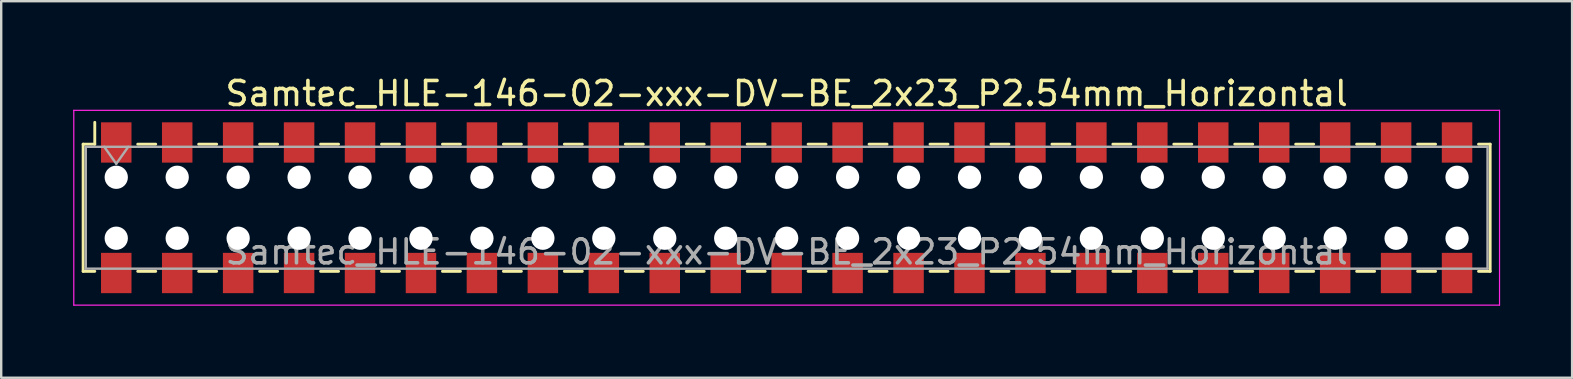
<source format=kicad_pcb>
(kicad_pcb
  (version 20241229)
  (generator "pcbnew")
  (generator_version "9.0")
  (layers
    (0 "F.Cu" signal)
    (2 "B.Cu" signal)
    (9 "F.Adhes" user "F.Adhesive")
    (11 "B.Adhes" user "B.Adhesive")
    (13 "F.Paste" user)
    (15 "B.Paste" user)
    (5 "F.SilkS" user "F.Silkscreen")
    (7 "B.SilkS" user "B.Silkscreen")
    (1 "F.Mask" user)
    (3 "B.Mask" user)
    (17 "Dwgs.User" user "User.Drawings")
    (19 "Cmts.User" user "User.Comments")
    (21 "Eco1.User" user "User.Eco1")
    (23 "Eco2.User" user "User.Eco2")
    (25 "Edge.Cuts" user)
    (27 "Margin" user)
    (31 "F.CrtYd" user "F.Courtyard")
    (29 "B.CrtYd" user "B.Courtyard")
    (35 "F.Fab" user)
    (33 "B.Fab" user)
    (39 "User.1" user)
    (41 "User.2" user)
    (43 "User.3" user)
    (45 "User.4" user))
  (footprint "Samtec_HLE-146-02-xxx-DV-BE_2x23_P2.54mm_Horizontal"
    (layer "F.Cu")
    (at 29.735 5.608)
    (property "Reference" "Samtec_HLE-146-02-xxx-DV-BE_2x23_P2.54mm_Horizontal" (at 0 -4.76 0) (layer "F.SilkS") (effects (font (size 1 1) (thickness 0.15))))
    (attr smd)
    (fp_line (start -29.32 -2.65) (end -29.32 2.65) (stroke (width 0.12) (type solid)) (layer "F.SilkS"))
    (fp_line (start -29.32 2.65) (end -28.835 2.65) (stroke (width 0.12) (type solid)) (layer "F.SilkS"))
    (fp_line (start -28.835 -3.56) (end -28.835 -2.65) (stroke (width 0.12) (type solid)) (layer "F.SilkS"))
    (fp_line (start -28.835 -2.65) (end -29.32 -2.65) (stroke (width 0.12) (type solid)) (layer "F.SilkS"))
    (fp_line (start -27.045 -2.65) (end -26.295 -2.65) (stroke (width 0.12) (type solid)) (layer "F.SilkS"))
    (fp_line (start -27.045 2.65) (end -26.295 2.65) (stroke (width 0.12) (type solid)) (layer "F.SilkS"))
    (fp_line (start -24.505 -2.65) (end -23.755 -2.65) (stroke (width 0.12) (type solid)) (layer "F.SilkS"))
    (fp_line (start -24.505 2.65) (end -23.755 2.65) (stroke (width 0.12) (type solid)) (layer "F.SilkS"))
    (fp_line (start -21.965 -2.65) (end -21.215 -2.65) (stroke (width 0.12) (type solid)) (layer "F.SilkS"))
    (fp_line (start -21.965 2.65) (end -21.215 2.65) (stroke (width 0.12) (type solid)) (layer "F.SilkS"))
    (fp_line (start -19.425 -2.65) (end -18.675 -2.65) (stroke (width 0.12) (type solid)) (layer "F.SilkS"))
    (fp_line (start -19.425 2.65) (end -18.675 2.65) (stroke (width 0.12) (type solid)) (layer "F.SilkS"))
    (fp_line (start -16.885 -2.65) (end -16.135 -2.65) (stroke (width 0.12) (type solid)) (layer "F.SilkS"))
    (fp_line (start -16.885 2.65) (end -16.135 2.65) (stroke (width 0.12) (type solid)) (layer "F.SilkS"))
    (fp_line (start -14.345 -2.65) (end -13.595 -2.65) (stroke (width 0.12) (type solid)) (layer "F.SilkS"))
    (fp_line (start -14.345 2.65) (end -13.595 2.65) (stroke (width 0.12) (type solid)) (layer "F.SilkS"))
    (fp_line (start -11.805 -2.65) (end -11.055 -2.65) (stroke (width 0.12) (type solid)) (layer "F.SilkS"))
    (fp_line (start -11.805 2.65) (end -11.055 2.65) (stroke (width 0.12) (type solid)) (layer "F.SilkS"))
    (fp_line (start -9.265 -2.65) (end -8.515 -2.65) (stroke (width 0.12) (type solid)) (layer "F.SilkS"))
    (fp_line (start -9.265 2.65) (end -8.515 2.65) (stroke (width 0.12) (type solid)) (layer "F.SilkS"))
    (fp_line (start -6.725 -2.65) (end -5.975 -2.65) (stroke (width 0.12) (type solid)) (layer "F.SilkS"))
    (fp_line (start -6.725 2.65) (end -5.975 2.65) (stroke (width 0.12) (type solid)) (layer "F.SilkS"))
    (fp_line (start -4.185 -2.65) (end -3.435 -2.65) (stroke (width 0.12) (type solid)) (layer "F.SilkS"))
    (fp_line (start -4.185 2.65) (end -3.435 2.65) (stroke (width 0.12) (type solid)) (layer "F.SilkS"))
    (fp_line (start -1.645 -2.65) (end -0.895 -2.65) (stroke (width 0.12) (type solid)) (layer "F.SilkS"))
    (fp_line (start -1.645 2.65) (end -0.895 2.65) (stroke (width 0.12) (type solid)) (layer "F.SilkS"))
    (fp_line (start 0.895 -2.65) (end 1.645 -2.65) (stroke (width 0.12) (type solid)) (layer "F.SilkS"))
    (fp_line (start 0.895 2.65) (end 1.645 2.65) (stroke (width 0.12) (type solid)) (layer "F.SilkS"))
    (fp_line (start 3.435 -2.65) (end 4.185 -2.65) (stroke (width 0.12) (type solid)) (layer "F.SilkS"))
    (fp_line (start 3.435 2.65) (end 4.185 2.65) (stroke (width 0.12) (type solid)) (layer "F.SilkS"))
    (fp_line (start 5.975 -2.65) (end 6.725 -2.65) (stroke (width 0.12) (type solid)) (layer "F.SilkS"))
    (fp_line (start 5.975 2.65) (end 6.725 2.65) (stroke (width 0.12) (type solid)) (layer "F.SilkS"))
    (fp_line (start 8.515 -2.65) (end 9.265 -2.65) (stroke (width 0.12) (type solid)) (layer "F.SilkS"))
    (fp_line (start 8.515 2.65) (end 9.265 2.65) (stroke (width 0.12) (type solid)) (layer "F.SilkS"))
    (fp_line (start 11.055 -2.65) (end 11.805 -2.65) (stroke (width 0.12) (type solid)) (layer "F.SilkS"))
    (fp_line (start 11.055 2.65) (end 11.805 2.65) (stroke (width 0.12) (type solid)) (layer "F.SilkS"))
    (fp_line (start 13.595 -2.65) (end 14.345 -2.65) (stroke (width 0.12) (type solid)) (layer "F.SilkS"))
    (fp_line (start 13.595 2.65) (end 14.345 2.65) (stroke (width 0.12) (type solid)) (layer "F.SilkS"))
    (fp_line (start 16.135 -2.65) (end 16.885 -2.65) (stroke (width 0.12) (type solid)) (layer "F.SilkS"))
    (fp_line (start 16.135 2.65) (end 16.885 2.65) (stroke (width 0.12) (type solid)) (layer "F.SilkS"))
    (fp_line (start 18.675 -2.65) (end 19.425 -2.65) (stroke (width 0.12) (type solid)) (layer "F.SilkS"))
    (fp_line (start 18.675 2.65) (end 19.425 2.65) (stroke (width 0.12) (type solid)) (layer "F.SilkS"))
    (fp_line (start 21.215 -2.65) (end 21.965 -2.65) (stroke (width 0.12) (type solid)) (layer "F.SilkS"))
    (fp_line (start 21.215 2.65) (end 21.965 2.65) (stroke (width 0.12) (type solid)) (layer "F.SilkS"))
    (fp_line (start 23.755 -2.65) (end 24.505 -2.65) (stroke (width 0.12) (type solid)) (layer "F.SilkS"))
    (fp_line (start 23.755 2.65) (end 24.505 2.65) (stroke (width 0.12) (type solid)) (layer "F.SilkS"))
    (fp_line (start 26.295 -2.65) (end 27.045 -2.65) (stroke (width 0.12) (type solid)) (layer "F.SilkS"))
    (fp_line (start 26.295 2.65) (end 27.045 2.65) (stroke (width 0.12) (type solid)) (layer "F.SilkS"))
    (fp_line (start 28.835 -2.65) (end 29.32 -2.65) (stroke (width 0.12) (type solid)) (layer "F.SilkS"))
    (fp_line (start 29.32 -2.65) (end 29.32 2.65) (stroke (width 0.12) (type solid)) (layer "F.SilkS"))
    (fp_line (start 29.32 2.65) (end 28.835 2.65) (stroke (width 0.12) (type solid)) (layer "F.SilkS"))
    (fp_line (start -29.71 -4.06) (end 29.71 -4.06) (stroke (width 0.05) (type solid)) (layer "F.CrtYd"))
    (fp_line (start -29.71 4.06) (end -29.71 -4.06) (stroke (width 0.05) (type solid)) (layer "F.CrtYd"))
    (fp_line (start 29.71 -4.06) (end 29.71 4.06) (stroke (width 0.05) (type solid)) (layer "F.CrtYd"))
    (fp_line (start 29.71 4.06) (end -29.71 4.06) (stroke (width 0.05) (type solid)) (layer "F.CrtYd"))
    (fp_line (start -29.21 -2.54) (end 29.21 -2.54) (stroke (width 0.1) (type solid)) (layer "F.Fab"))
    (fp_line (start -29.21 2.54) (end -29.21 -2.54) (stroke (width 0.1) (type solid)) (layer "F.Fab"))
    (fp_line (start -28.44 -2.54) (end -27.94 -1.833) (stroke (width 0.1) (type solid)) (layer "F.Fab"))
    (fp_line (start -27.94 -1.833) (end -27.44 -2.54) (stroke (width 0.1) (type solid)) (layer "F.Fab"))
    (fp_line (start 29.21 -2.54) (end 29.21 2.54) (stroke (width 0.1) (type solid)) (layer "F.Fab"))
    (fp_line (start 29.21 2.54) (end -29.21 2.54) (stroke (width 0.1) (type solid)) (layer "F.Fab"))
    (fp_text user "${REFERENCE}" (at 0 1.84 0) (layer "F.Fab") (effects (font (size 1 1) (thickness 0.15))))
    (pad "" np_thru_hole circle (at -27.94 -1.27) (size 0.97 0.97) (drill 0.97) (layers "*.Cu" "*.Mask"))
    (pad "" np_thru_hole circle (at -27.94 1.27) (size 0.97 0.97) (drill 0.97) (layers "*.Cu" "*.Mask"))
    (pad "" np_thru_hole circle (at -25.4 -1.27) (size 0.97 0.97) (drill 0.97) (layers "*.Cu" "*.Mask"))
    (pad "" np_thru_hole circle (at -25.4 1.27) (size 0.97 0.97) (drill 0.97) (layers "*.Cu" "*.Mask"))
    (pad "" np_thru_hole circle (at -22.86 -1.27) (size 0.97 0.97) (drill 0.97) (layers "*.Cu" "*.Mask"))
    (pad "" np_thru_hole circle (at -22.86 1.27) (size 0.97 0.97) (drill 0.97) (layers "*.Cu" "*.Mask"))
    (pad "" np_thru_hole circle (at -20.32 -1.27) (size 0.97 0.97) (drill 0.97) (layers "*.Cu" "*.Mask"))
    (pad "" np_thru_hole circle (at -20.32 1.27) (size 0.97 0.97) (drill 0.97) (layers "*.Cu" "*.Mask"))
    (pad "" np_thru_hole circle (at -17.78 -1.27) (size 0.97 0.97) (drill 0.97) (layers "*.Cu" "*.Mask"))
    (pad "" np_thru_hole circle (at -17.78 1.27) (size 0.97 0.97) (drill 0.97) (layers "*.Cu" "*.Mask"))
    (pad "" np_thru_hole circle (at -15.24 -1.27) (size 0.97 0.97) (drill 0.97) (layers "*.Cu" "*.Mask"))
    (pad "" np_thru_hole circle (at -15.24 1.27) (size 0.97 0.97) (drill 0.97) (layers "*.Cu" "*.Mask"))
    (pad "" np_thru_hole circle (at -12.7 -1.27) (size 0.97 0.97) (drill 0.97) (layers "*.Cu" "*.Mask"))
    (pad "" np_thru_hole circle (at -12.7 1.27) (size 0.97 0.97) (drill 0.97) (layers "*.Cu" "*.Mask"))
    (pad "" np_thru_hole circle (at -10.16 -1.27) (size 0.97 0.97) (drill 0.97) (layers "*.Cu" "*.Mask"))
    (pad "" np_thru_hole circle (at -10.16 1.27) (size 0.97 0.97) (drill 0.97) (layers "*.Cu" "*.Mask"))
    (pad "" np_thru_hole circle (at -7.62 -1.27) (size 0.97 0.97) (drill 0.97) (layers "*.Cu" "*.Mask"))
    (pad "" np_thru_hole circle (at -7.62 1.27) (size 0.97 0.97) (drill 0.97) (layers "*.Cu" "*.Mask"))
    (pad "" np_thru_hole circle (at -5.08 -1.27) (size 0.97 0.97) (drill 0.97) (layers "*.Cu" "*.Mask"))
    (pad "" np_thru_hole circle (at -5.08 1.27) (size 0.97 0.97) (drill 0.97) (layers "*.Cu" "*.Mask"))
    (pad "" np_thru_hole circle (at -2.54 -1.27) (size 0.97 0.97) (drill 0.97) (layers "*.Cu" "*.Mask"))
    (pad "" np_thru_hole circle (at -2.54 1.27) (size 0.97 0.97) (drill 0.97) (layers "*.Cu" "*.Mask"))
    (pad "" np_thru_hole circle (at 0 -1.27) (size 0.97 0.97) (drill 0.97) (layers "*.Cu" "*.Mask"))
    (pad "" np_thru_hole circle (at 0 1.27) (size 0.97 0.97) (drill 0.97) (layers "*.Cu" "*.Mask"))
    (pad "" np_thru_hole circle (at 2.54 -1.27) (size 0.97 0.97) (drill 0.97) (layers "*.Cu" "*.Mask"))
    (pad "" np_thru_hole circle (at 2.54 1.27) (size 0.97 0.97) (drill 0.97) (layers "*.Cu" "*.Mask"))
    (pad "" np_thru_hole circle (at 5.08 -1.27) (size 0.97 0.97) (drill 0.97) (layers "*.Cu" "*.Mask"))
    (pad "" np_thru_hole circle (at 5.08 1.27) (size 0.97 0.97) (drill 0.97) (layers "*.Cu" "*.Mask"))
    (pad "" np_thru_hole circle (at 7.62 -1.27) (size 0.97 0.97) (drill 0.97) (layers "*.Cu" "*.Mask"))
    (pad "" np_thru_hole circle (at 7.62 1.27) (size 0.97 0.97) (drill 0.97) (layers "*.Cu" "*.Mask"))
    (pad "" np_thru_hole circle (at 10.16 -1.27) (size 0.97 0.97) (drill 0.97) (layers "*.Cu" "*.Mask"))
    (pad "" np_thru_hole circle (at 10.16 1.27) (size 0.97 0.97) (drill 0.97) (layers "*.Cu" "*.Mask"))
    (pad "" np_thru_hole circle (at 12.7 -1.27) (size 0.97 0.97) (drill 0.97) (layers "*.Cu" "*.Mask"))
    (pad "" np_thru_hole circle (at 12.7 1.27) (size 0.97 0.97) (drill 0.97) (layers "*.Cu" "*.Mask"))
    (pad "" np_thru_hole circle (at 15.24 -1.27) (size 0.97 0.97) (drill 0.97) (layers "*.Cu" "*.Mask"))
    (pad "" np_thru_hole circle (at 15.24 1.27) (size 0.97 0.97) (drill 0.97) (layers "*.Cu" "*.Mask"))
    (pad "" np_thru_hole circle (at 17.78 -1.27) (size 0.97 0.97) (drill 0.97) (layers "*.Cu" "*.Mask"))
    (pad "" np_thru_hole circle (at 17.78 1.27) (size 0.97 0.97) (drill 0.97) (layers "*.Cu" "*.Mask"))
    (pad "" np_thru_hole circle (at 20.32 -1.27) (size 0.97 0.97) (drill 0.97) (layers "*.Cu" "*.Mask"))
    (pad "" np_thru_hole circle (at 20.32 1.27) (size 0.97 0.97) (drill 0.97) (layers "*.Cu" "*.Mask"))
    (pad "" np_thru_hole circle (at 22.86 -1.27) (size 0.97 0.97) (drill 0.97) (layers "*.Cu" "*.Mask"))
    (pad "" np_thru_hole circle (at 22.86 1.27) (size 0.97 0.97) (drill 0.97) (layers "*.Cu" "*.Mask"))
    (pad "" np_thru_hole circle (at 25.4 -1.27) (size 0.97 0.97) (drill 0.97) (layers "*.Cu" "*.Mask"))
    (pad "" np_thru_hole circle (at 25.4 1.27) (size 0.97 0.97) (drill 0.97) (layers "*.Cu" "*.Mask"))
    (pad "" np_thru_hole circle (at 27.94 -1.27) (size 0.97 0.97) (drill 0.97) (layers "*.Cu" "*.Mask"))
    (pad "" np_thru_hole circle (at 27.94 1.27) (size 0.97 0.97) (drill 0.97) (layers "*.Cu" "*.Mask"))
    (pad "1" smd rect (at -27.94 -2.72) (size 1.27 1.68) (layers "F.Cu" "F.Mask" "F.Paste"))
    (pad "2" smd rect (at -27.94 2.72) (size 1.27 1.68) (layers "F.Cu" "F.Mask" "F.Paste"))
    (pad "3" smd rect (at -25.4 -2.72) (size 1.27 1.68) (layers "F.Cu" "F.Mask" "F.Paste"))
    (pad "4" smd rect (at -25.4 2.72) (size 1.27 1.68) (layers "F.Cu" "F.Mask" "F.Paste"))
    (pad "5" smd rect (at -22.86 -2.72) (size 1.27 1.68) (layers "F.Cu" "F.Mask" "F.Paste"))
    (pad "6" smd rect (at -22.86 2.72) (size 1.27 1.68) (layers "F.Cu" "F.Mask" "F.Paste"))
    (pad "7" smd rect (at -20.32 -2.72) (size 1.27 1.68) (layers "F.Cu" "F.Mask" "F.Paste"))
    (pad "8" smd rect (at -20.32 2.72) (size 1.27 1.68) (layers "F.Cu" "F.Mask" "F.Paste"))
    (pad "9" smd rect (at -17.78 -2.72) (size 1.27 1.68) (layers "F.Cu" "F.Mask" "F.Paste"))
    (pad "10" smd rect (at -17.78 2.72) (size 1.27 1.68) (layers "F.Cu" "F.Mask" "F.Paste"))
    (pad "11" smd rect (at -15.24 -2.72) (size 1.27 1.68) (layers "F.Cu" "F.Mask" "F.Paste"))
    (pad "12" smd rect (at -15.24 2.72) (size 1.27 1.68) (layers "F.Cu" "F.Mask" "F.Paste"))
    (pad "13" smd rect (at -12.7 -2.72) (size 1.27 1.68) (layers "F.Cu" "F.Mask" "F.Paste"))
    (pad "14" smd rect (at -12.7 2.72) (size 1.27 1.68) (layers "F.Cu" "F.Mask" "F.Paste"))
    (pad "15" smd rect (at -10.16 -2.72) (size 1.27 1.68) (layers "F.Cu" "F.Mask" "F.Paste"))
    (pad "16" smd rect (at -10.16 2.72) (size 1.27 1.68) (layers "F.Cu" "F.Mask" "F.Paste"))
    (pad "17" smd rect (at -7.62 -2.72) (size 1.27 1.68) (layers "F.Cu" "F.Mask" "F.Paste"))
    (pad "18" smd rect (at -7.62 2.72) (size 1.27 1.68) (layers "F.Cu" "F.Mask" "F.Paste"))
    (pad "19" smd rect (at -5.08 -2.72) (size 1.27 1.68) (layers "F.Cu" "F.Mask" "F.Paste"))
    (pad "20" smd rect (at -5.08 2.72) (size 1.27 1.68) (layers "F.Cu" "F.Mask" "F.Paste"))
    (pad "21" smd rect (at -2.54 -2.72) (size 1.27 1.68) (layers "F.Cu" "F.Mask" "F.Paste"))
    (pad "22" smd rect (at -2.54 2.72) (size 1.27 1.68) (layers "F.Cu" "F.Mask" "F.Paste"))
    (pad "23" smd rect (at 0 -2.72) (size 1.27 1.68) (layers "F.Cu" "F.Mask" "F.Paste"))
    (pad "24" smd rect (at 0 2.72) (size 1.27 1.68) (layers "F.Cu" "F.Mask" "F.Paste"))
    (pad "25" smd rect (at 2.54 -2.72) (size 1.27 1.68) (layers "F.Cu" "F.Mask" "F.Paste"))
    (pad "26" smd rect (at 2.54 2.72) (size 1.27 1.68) (layers "F.Cu" "F.Mask" "F.Paste"))
    (pad "27" smd rect (at 5.08 -2.72) (size 1.27 1.68) (layers "F.Cu" "F.Mask" "F.Paste"))
    (pad "28" smd rect (at 5.08 2.72) (size 1.27 1.68) (layers "F.Cu" "F.Mask" "F.Paste"))
    (pad "29" smd rect (at 7.62 -2.72) (size 1.27 1.68) (layers "F.Cu" "F.Mask" "F.Paste"))
    (pad "30" smd rect (at 7.62 2.72) (size 1.27 1.68) (layers "F.Cu" "F.Mask" "F.Paste"))
    (pad "31" smd rect (at 10.16 -2.72) (size 1.27 1.68) (layers "F.Cu" "F.Mask" "F.Paste"))
    (pad "32" smd rect (at 10.16 2.72) (size 1.27 1.68) (layers "F.Cu" "F.Mask" "F.Paste"))
    (pad "33" smd rect (at 12.7 -2.72) (size 1.27 1.68) (layers "F.Cu" "F.Mask" "F.Paste"))
    (pad "34" smd rect (at 12.7 2.72) (size 1.27 1.68) (layers "F.Cu" "F.Mask" "F.Paste"))
    (pad "35" smd rect (at 15.24 -2.72) (size 1.27 1.68) (layers "F.Cu" "F.Mask" "F.Paste"))
    (pad "36" smd rect (at 15.24 2.72) (size 1.27 1.68) (layers "F.Cu" "F.Mask" "F.Paste"))
    (pad "37" smd rect (at 17.78 -2.72) (size 1.27 1.68) (layers "F.Cu" "F.Mask" "F.Paste"))
    (pad "38" smd rect (at 17.78 2.72) (size 1.27 1.68) (layers "F.Cu" "F.Mask" "F.Paste"))
    (pad "39" smd rect (at 20.32 -2.72) (size 1.27 1.68) (layers "F.Cu" "F.Mask" "F.Paste"))
    (pad "40" smd rect (at 20.32 2.72) (size 1.27 1.68) (layers "F.Cu" "F.Mask" "F.Paste"))
    (pad "41" smd rect (at 22.86 -2.72) (size 1.27 1.68) (layers "F.Cu" "F.Mask" "F.Paste"))
    (pad "42" smd rect (at 22.86 2.72) (size 1.27 1.68) (layers "F.Cu" "F.Mask" "F.Paste"))
    (pad "43" smd rect (at 25.4 -2.72) (size 1.27 1.68) (layers "F.Cu" "F.Mask" "F.Paste"))
    (pad "44" smd rect (at 25.4 2.72) (size 1.27 1.68) (layers "F.Cu" "F.Mask" "F.Paste"))
    (pad "45" smd rect (at 27.94 -2.72) (size 1.27 1.68) (layers "F.Cu" "F.Mask" "F.Paste"))
    (pad "46" smd rect (at 27.94 2.72) (size 1.27 1.68) (layers "F.Cu" "F.Mask" "F.Paste")))
  (gr_rect
    (start -3 -3)
    (end 62.47 12.693)
    (stroke (width 0.1) (type default))
    (fill no)
    (layer "Edge.Cuts")))
</source>
